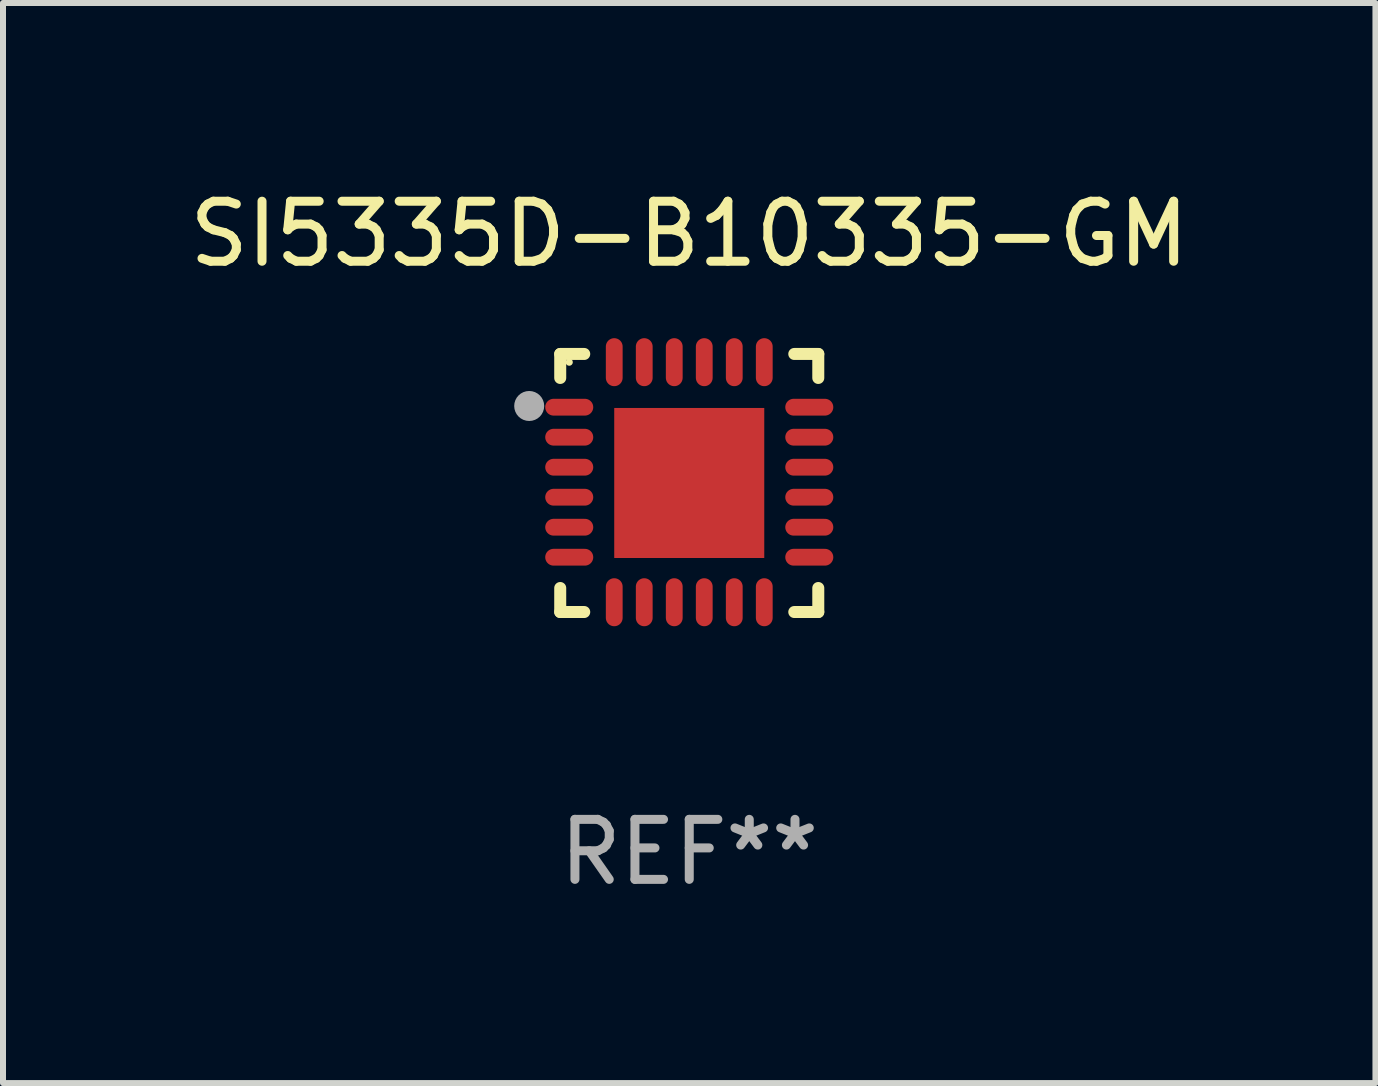
<source format=kicad_pcb>
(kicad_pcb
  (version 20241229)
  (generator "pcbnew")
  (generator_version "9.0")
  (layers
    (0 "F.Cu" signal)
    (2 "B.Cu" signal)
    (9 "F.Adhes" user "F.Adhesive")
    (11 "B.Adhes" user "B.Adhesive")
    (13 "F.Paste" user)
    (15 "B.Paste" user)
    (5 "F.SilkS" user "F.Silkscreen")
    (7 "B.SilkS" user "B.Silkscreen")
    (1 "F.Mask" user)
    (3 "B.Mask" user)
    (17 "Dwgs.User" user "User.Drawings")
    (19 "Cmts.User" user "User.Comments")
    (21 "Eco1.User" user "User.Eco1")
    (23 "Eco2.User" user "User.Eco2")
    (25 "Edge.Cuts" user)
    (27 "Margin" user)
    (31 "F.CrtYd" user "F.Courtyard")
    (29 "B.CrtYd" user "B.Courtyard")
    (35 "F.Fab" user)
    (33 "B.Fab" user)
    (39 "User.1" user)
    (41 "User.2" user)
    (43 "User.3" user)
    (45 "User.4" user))
  (footprint "SI5335D-B10335-GM"
    (layer "F.Cu")
    (at 8.435 4.998)
    (property "Reference" "SI5335D-B10335-GM" (at 0 -4.15 0) (layer "F.SilkS") (effects (font (size 1 1) (thickness 0.15))))
    (attr through_hole)
    (fp_line (start -2.15 -2.15) (end -1.75 -2.15) (stroke (width 0.2) (type solid)) (layer "F.SilkS"))
    (fp_line (start -2.15 -1.75) (end -2.15 -2.15) (stroke (width 0.2) (type solid)) (layer "F.SilkS"))
    (fp_line (start -2.15 2.15) (end -2.15 1.75) (stroke (width 0.2) (type solid)) (layer "F.SilkS"))
    (fp_line (start -1.75 2.15) (end -2.15 2.15) (stroke (width 0.2) (type solid)) (layer "F.SilkS"))
    (fp_line (start 1.75 -2.15) (end 2.15 -2.15) (stroke (width 0.2) (type solid)) (layer "F.SilkS"))
    (fp_line (start 1.75 2.15) (end 2.15 2.15) (stroke (width 0.2) (type solid)) (layer "F.SilkS"))
    (fp_line (start 2.15 -2.15) (end 2.15 -1.75) (stroke (width 0.2) (type solid)) (layer "F.SilkS"))
    (fp_line (start 2.15 2.15) (end 2.15 1.75) (stroke (width 0.2) (type solid)) (layer "F.SilkS"))
    (fp_circle (center -2 -2.013) (end -1.97 -2.013) (stroke (width 0.06) (type solid)) (fill no) (layer "F.SilkS"))
    (fp_circle (center -2.667 -1.283) (end -2.542 -1.283) (stroke (width 0.25) (type solid)) (fill no) (layer "F.Fab"))
    (fp_text user "REF**" (at 0 6.15 0) (layer "F.Fab") (effects (font (size 1 1) (thickness 0.15))))
    (pad "1" smd oval (at -2 -1.263) (size 0.8 0.28) (layers "F.Cu" "F.Mask" "F.Paste"))
    (pad "2" smd oval (at -2 -0.763) (size 0.8 0.28) (layers "F.Cu" "F.Mask" "F.Paste"))
    (pad "3" smd oval (at -2 -0.263) (size 0.8 0.28) (layers "F.Cu" "F.Mask" "F.Paste"))
    (pad "4" smd oval (at -2 0.237) (size 0.8 0.28) (layers "F.Cu" "F.Mask" "F.Paste"))
    (pad "5" smd oval (at -2 0.737) (size 0.8 0.28) (layers "F.Cu" "F.Mask" "F.Paste"))
    (pad "6" smd oval (at -2 1.237) (size 0.8 0.28) (layers "F.Cu" "F.Mask" "F.Paste"))
    (pad "7" smd oval (at -1.25 1.987) (size 0.28 0.8) (layers "F.Cu" "F.Mask" "F.Paste"))
    (pad "8" smd oval (at -0.75 1.987) (size 0.28 0.8) (layers "F.Cu" "F.Mask" "F.Paste"))
    (pad "9" smd oval (at -0.25 1.987) (size 0.28 0.8) (layers "F.Cu" "F.Mask" "F.Paste"))
    (pad "10" smd oval (at 0.25 1.987) (size 0.28 0.8) (layers "F.Cu" "F.Mask" "F.Paste"))
    (pad "11" smd oval (at 0.75 1.987) (size 0.28 0.8) (layers "F.Cu" "F.Mask" "F.Paste"))
    (pad "12" smd oval (at 1.25 1.987) (size 0.28 0.8) (layers "F.Cu" "F.Mask" "F.Paste"))
    (pad "13" smd oval (at 2 1.237) (size 0.8 0.28) (layers "F.Cu" "F.Mask" "F.Paste"))
    (pad "14" smd oval (at 2 0.737) (size 0.8 0.28) (layers "F.Cu" "F.Mask" "F.Paste"))
    (pad "15" smd oval (at 2 0.237) (size 0.8 0.28) (layers "F.Cu" "F.Mask" "F.Paste"))
    (pad "16" smd oval (at 2 -0.263) (size 0.8 0.28) (layers "F.Cu" "F.Mask" "F.Paste"))
    (pad "17" smd oval (at 2 -0.763) (size 0.8 0.28) (layers "F.Cu" "F.Mask" "F.Paste"))
    (pad "18" smd oval (at 2 -1.263) (size 0.8 0.28) (layers "F.Cu" "F.Mask" "F.Paste"))
    (pad "19" smd oval (at 1.25 -2.013) (size 0.28 0.8) (layers "F.Cu" "F.Mask" "F.Paste"))
    (pad "20" smd oval (at 0.75 -2.013) (size 0.28 0.8) (layers "F.Cu" "F.Mask" "F.Paste"))
    (pad "21" smd oval (at 0.25 -2.013) (size 0.28 0.8) (layers "F.Cu" "F.Mask" "F.Paste"))
    (pad "22" smd oval (at -0.25 -2.013) (size 0.28 0.8) (layers "F.Cu" "F.Mask" "F.Paste"))
    (pad "23" smd oval (at -0.75 -2.013) (size 0.28 0.8) (layers "F.Cu" "F.Mask" "F.Paste"))
    (pad "24" smd oval (at -1.25 -2.013) (size 0.28 0.8) (layers "F.Cu" "F.Mask" "F.Paste"))
    (pad "25" smd rect (at -0.000127 -0.00014) (size 2.5 2.5) (layers "F.Cu" "F.Mask" "F.Paste")))
  (gr_rect
    (start -3 -3)
    (end 19.869 14.997)
    (stroke (width 0.1) (type default))
    (fill no)
    (layer "Edge.Cuts")))
</source>
